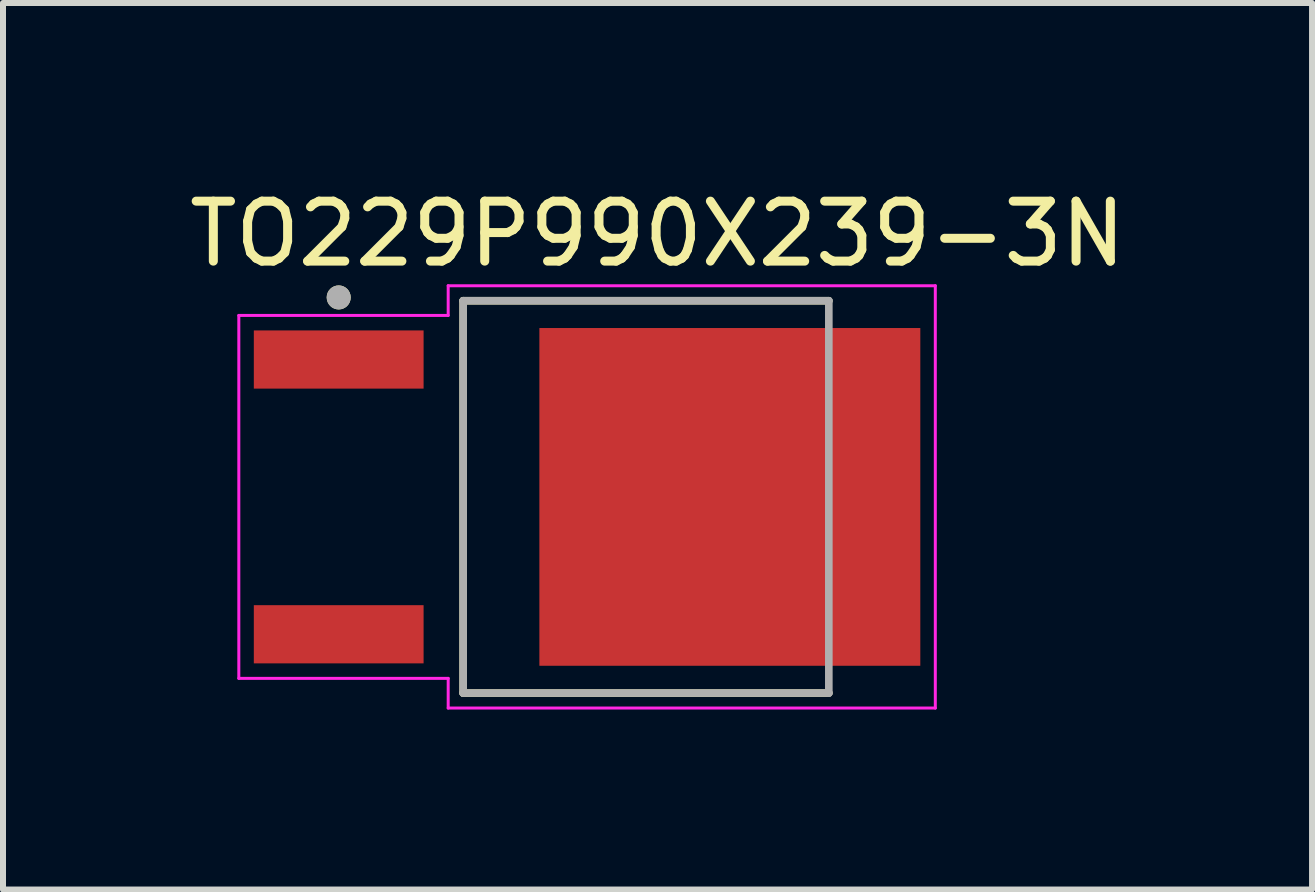
<source format=kicad_pcb>
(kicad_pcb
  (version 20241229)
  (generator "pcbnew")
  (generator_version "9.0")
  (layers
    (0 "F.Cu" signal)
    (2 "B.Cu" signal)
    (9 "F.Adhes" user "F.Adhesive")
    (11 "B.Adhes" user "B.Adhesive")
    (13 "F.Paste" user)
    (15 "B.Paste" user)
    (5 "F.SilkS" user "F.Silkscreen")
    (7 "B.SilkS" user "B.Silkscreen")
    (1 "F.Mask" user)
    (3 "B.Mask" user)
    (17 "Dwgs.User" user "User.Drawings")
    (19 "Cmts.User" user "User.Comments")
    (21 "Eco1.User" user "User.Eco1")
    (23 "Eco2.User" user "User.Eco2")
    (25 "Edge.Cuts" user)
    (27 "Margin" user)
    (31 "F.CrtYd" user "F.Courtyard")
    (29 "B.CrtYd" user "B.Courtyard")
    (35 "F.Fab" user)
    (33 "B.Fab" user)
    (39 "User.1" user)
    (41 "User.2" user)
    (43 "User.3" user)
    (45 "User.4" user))
  (footprint "TO229P990X239-3N"
    (layer "F.Cu")
    (at 6.736 5.233)
    (property "Reference" "TO229P990X239-3N" (at 1.175 -4.385 0) (layer "F.SilkS") (effects (font (size 1 1) (thickness 0.15))))
    (attr smd)
    (fp_line (start -2.065 -3.27) (end 4.03 -3.27) (stroke (width 0.127) (type solid)) (layer "F.SilkS"))
    (fp_line (start -2.065 3.27) (end -2.065 -3.27) (stroke (width 0.127) (type solid)) (layer "F.SilkS"))
    (fp_line (start 4.03 3.27) (end -2.065 3.27) (stroke (width 0.127) (type solid)) (layer "F.SilkS"))
    (fp_circle (center -4.14 -3.325) (end -4.04 -3.325) (stroke (width 0.2) (type solid)) (fill no) (layer "F.SilkS"))
    (fp_poly (pts (xy -0.435 -2.27) (xy 0.955 -2.27) (xy 0.955 -0.55) (xy -0.435 -0.55)) (stroke (width 0.01) (type solid)) (fill yes) (layer "F.Paste"))
    (fp_poly (pts (xy -0.435 0.55) (xy 0.955 0.55) (xy 0.955 2.27) (xy -0.435 2.27)) (stroke (width 0.01) (type solid)) (fill yes) (layer "F.Paste"))
    (fp_poly (pts (xy 1.685 -2.27) (xy 3.075 -2.27) (xy 3.075 -0.55) (xy 1.685 -0.55)) (stroke (width 0.01) (type solid)) (fill yes) (layer "F.Paste"))
    (fp_poly (pts (xy 1.685 0.55) (xy 3.075 0.55) (xy 3.075 2.27) (xy 1.685 2.27)) (stroke (width 0.01) (type solid)) (fill yes) (layer "F.Paste"))
    (fp_poly (pts (xy 3.805 -2.27) (xy 5.195 -2.27) (xy 5.195 -0.55) (xy 3.805 -0.55)) (stroke (width 0.01) (type solid)) (fill yes) (layer "F.Paste"))
    (fp_poly (pts (xy 3.805 0.55) (xy 5.195 0.55) (xy 5.195 2.27) (xy 3.805 2.27)) (stroke (width 0.01) (type solid)) (fill yes) (layer "F.Paste"))
    (fp_line (start -5.805 -3.025) (end -2.315 -3.025) (stroke (width 0.05) (type solid)) (layer "F.CrtYd"))
    (fp_line (start -5.805 3.025) (end -5.805 -3.025) (stroke (width 0.05) (type solid)) (layer "F.CrtYd"))
    (fp_line (start -2.315 -3.52) (end 5.805 -3.52) (stroke (width 0.05) (type solid)) (layer "F.CrtYd"))
    (fp_line (start -2.315 -3.025) (end -2.315 -3.52) (stroke (width 0.05) (type solid)) (layer "F.CrtYd"))
    (fp_line (start -2.315 3.025) (end -5.805 3.025) (stroke (width 0.05) (type solid)) (layer "F.CrtYd"))
    (fp_line (start -2.315 3.52) (end -2.315 3.025) (stroke (width 0.05) (type solid)) (layer "F.CrtYd"))
    (fp_line (start 5.805 -3.52) (end 5.805 3.52) (stroke (width 0.05) (type solid)) (layer "F.CrtYd"))
    (fp_line (start 5.805 3.52) (end -2.315 3.52) (stroke (width 0.05) (type solid)) (layer "F.CrtYd"))
    (fp_line (start -2.065 -3.27) (end 4.03 -3.27) (stroke (width 0.127) (type solid)) (layer "F.Fab"))
    (fp_line (start -2.065 3.27) (end -2.065 -3.27) (stroke (width 0.127) (type solid)) (layer "F.Fab"))
    (fp_line (start 4.03 -3.27) (end 4.03 3.27) (stroke (width 0.127) (type solid)) (layer "F.Fab"))
    (fp_line (start 4.03 3.27) (end -2.065 3.27) (stroke (width 0.127) (type solid)) (layer "F.Fab"))
    (fp_circle (center -4.14 -3.325) (end -4.04 -3.325) (stroke (width 0.2) (type solid)) (fill no) (layer "F.Fab"))
    (pad "1" smd rect (at -4.14 -2.29) (size 2.83 0.97) (layers "F.Cu" "F.Mask" "F.Paste"))
    (pad "2" smd rect (at 2.38 0) (size 6.35 5.63) (layers "F.Cu" "F.Mask"))
    (pad "3" smd rect (at -4.14 2.29) (size 2.83 0.97) (layers "F.Cu" "F.Mask" "F.Paste")))
  (gr_rect
    (start -3 -3)
    (end 18.821 11.778)
    (stroke (width 0.1) (type default))
    (fill no)
    (layer "Edge.Cuts")))
</source>
